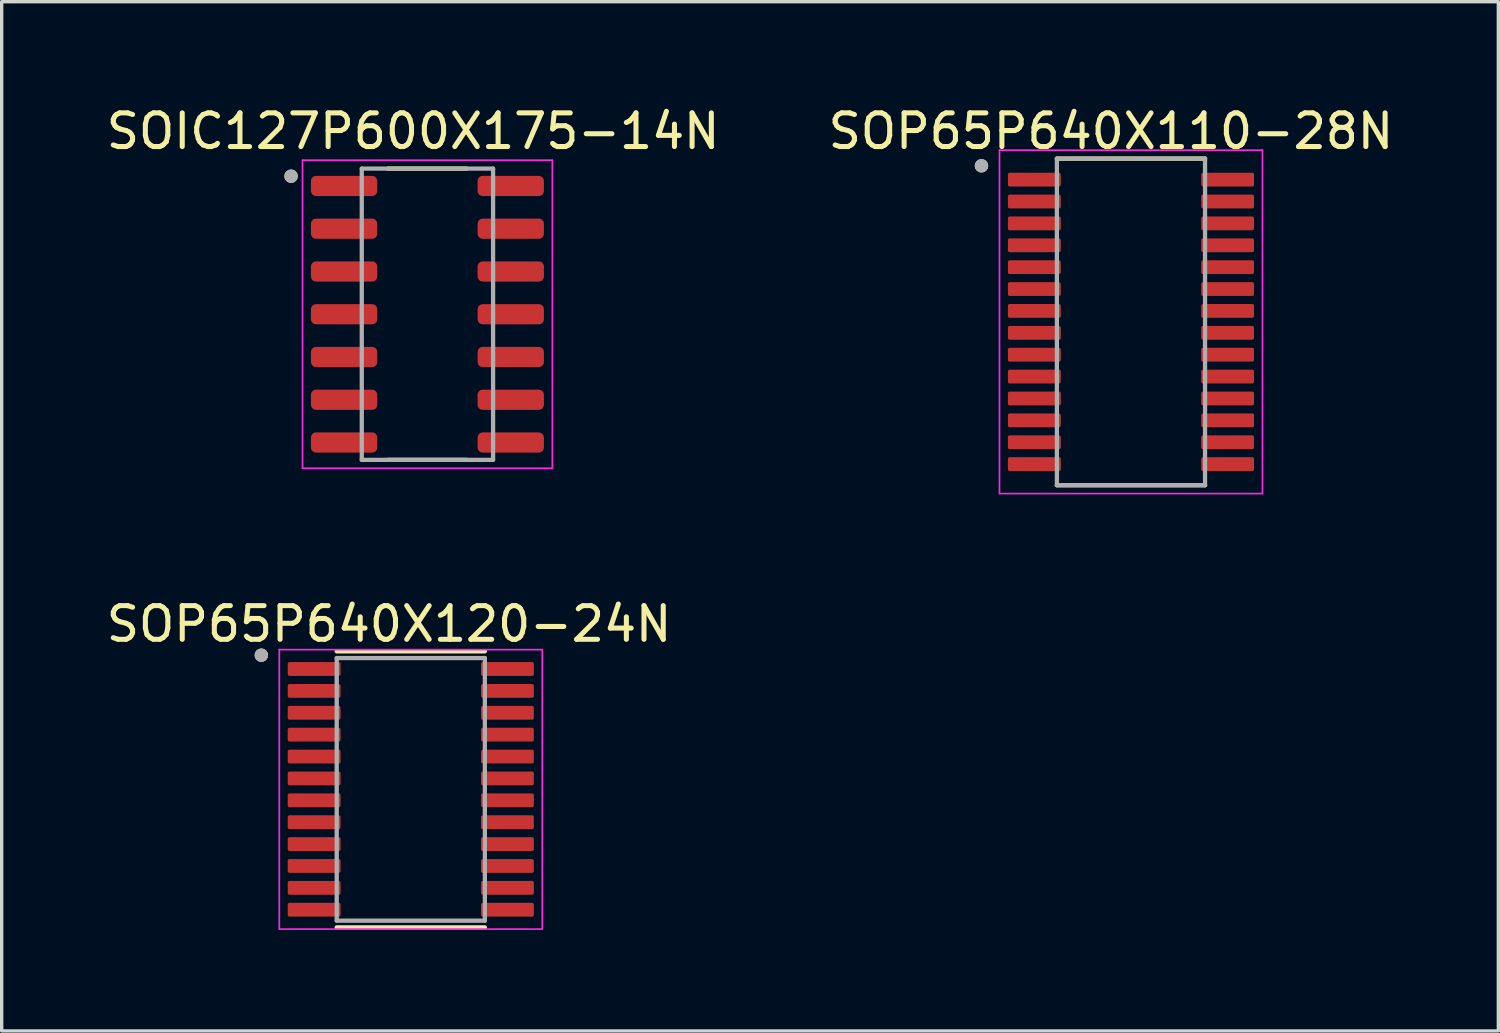
<source format=kicad_pcb>
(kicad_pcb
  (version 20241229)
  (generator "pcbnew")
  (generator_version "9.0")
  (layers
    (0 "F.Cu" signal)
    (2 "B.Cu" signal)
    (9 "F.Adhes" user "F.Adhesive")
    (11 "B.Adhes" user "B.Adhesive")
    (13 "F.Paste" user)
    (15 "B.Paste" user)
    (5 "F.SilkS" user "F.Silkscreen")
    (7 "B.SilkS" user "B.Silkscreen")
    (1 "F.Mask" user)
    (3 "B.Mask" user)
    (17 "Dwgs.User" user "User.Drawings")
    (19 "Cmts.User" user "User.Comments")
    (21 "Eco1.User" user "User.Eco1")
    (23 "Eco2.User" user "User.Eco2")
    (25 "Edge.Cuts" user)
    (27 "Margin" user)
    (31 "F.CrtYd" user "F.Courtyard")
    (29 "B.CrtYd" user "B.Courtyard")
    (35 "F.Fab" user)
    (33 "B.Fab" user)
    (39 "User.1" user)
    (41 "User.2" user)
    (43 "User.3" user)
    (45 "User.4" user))
  (footprint "SOP65P640X120-24N"
    (layer "F.Cu")
    (at 9.151 20.395)
    (property "Reference" "SOP65P640X120-24N" (at -0.645 -4.912 0) (layer "F.SilkS") (effects (font (size 1 1) (thickness 0.15))))
    (attr smd)
    (fp_line (start -2.2 -4.1) (end 2.2 -4.1) (stroke (width 0.127) (type solid)) (layer "F.SilkS"))
    (fp_line (start -2.2 4.1) (end 2.2 4.1) (stroke (width 0.127) (type solid)) (layer "F.SilkS"))
    (fp_circle (center -4.44 -3.985) (end -4.34 -3.985) (stroke (width 0.2) (type solid)) (fill no) (layer "F.SilkS"))
    (fp_line (start -3.905 -4.15) (end -3.905 4.15) (stroke (width 0.05) (type solid)) (layer "F.CrtYd"))
    (fp_line (start -3.905 -4.15) (end 3.905 -4.15) (stroke (width 0.05) (type solid)) (layer "F.CrtYd"))
    (fp_line (start -3.905 4.15) (end 3.905 4.15) (stroke (width 0.05) (type solid)) (layer "F.CrtYd"))
    (fp_line (start 3.905 -4.15) (end 3.905 4.15) (stroke (width 0.05) (type solid)) (layer "F.CrtYd"))
    (fp_line (start -2.2 -3.9) (end -2.2 3.9) (stroke (width 0.127) (type solid)) (layer "F.Fab"))
    (fp_line (start -2.2 -3.9) (end 2.2 -3.9) (stroke (width 0.127) (type solid)) (layer "F.Fab"))
    (fp_line (start -2.2 3.9) (end 2.2 3.9) (stroke (width 0.127) (type solid)) (layer "F.Fab"))
    (fp_line (start 2.2 -3.9) (end 2.2 3.9) (stroke (width 0.127) (type solid)) (layer "F.Fab"))
    (fp_circle (center -4.44 -3.985) (end -4.34 -3.985) (stroke (width 0.2) (type solid)) (fill no) (layer "F.Fab"))
    (pad "1" smd roundrect (at -2.87 -3.575) (size 1.57 0.41) (layers "F.Cu" "F.Mask" "F.Paste") (roundrect_rratio 0.125))
    (pad "2" smd roundrect (at -2.87 -2.925) (size 1.57 0.41) (layers "F.Cu" "F.Mask" "F.Paste") (roundrect_rratio 0.125))
    (pad "3" smd roundrect (at -2.87 -2.275) (size 1.57 0.41) (layers "F.Cu" "F.Mask" "F.Paste") (roundrect_rratio 0.125))
    (pad "4" smd roundrect (at -2.87 -1.625) (size 1.57 0.41) (layers "F.Cu" "F.Mask" "F.Paste") (roundrect_rratio 0.125))
    (pad "5" smd roundrect (at -2.87 -0.975) (size 1.57 0.41) (layers "F.Cu" "F.Mask" "F.Paste") (roundrect_rratio 0.125))
    (pad "6" smd roundrect (at -2.87 -0.325) (size 1.57 0.41) (layers "F.Cu" "F.Mask" "F.Paste") (roundrect_rratio 0.125))
    (pad "7" smd roundrect (at -2.87 0.325) (size 1.57 0.41) (layers "F.Cu" "F.Mask" "F.Paste") (roundrect_rratio 0.125))
    (pad "8" smd roundrect (at -2.87 0.975) (size 1.57 0.41) (layers "F.Cu" "F.Mask" "F.Paste") (roundrect_rratio 0.125))
    (pad "9" smd roundrect (at -2.87 1.625) (size 1.57 0.41) (layers "F.Cu" "F.Mask" "F.Paste") (roundrect_rratio 0.125))
    (pad "10" smd roundrect (at -2.87 2.275) (size 1.57 0.41) (layers "F.Cu" "F.Mask" "F.Paste") (roundrect_rratio 0.125))
    (pad "11" smd roundrect (at -2.87 2.925) (size 1.57 0.41) (layers "F.Cu" "F.Mask" "F.Paste") (roundrect_rratio 0.125))
    (pad "12" smd roundrect (at -2.87 3.575) (size 1.57 0.41) (layers "F.Cu" "F.Mask" "F.Paste") (roundrect_rratio 0.125))
    (pad "13" smd roundrect (at 2.87 3.575) (size 1.57 0.41) (layers "F.Cu" "F.Mask" "F.Paste") (roundrect_rratio 0.125))
    (pad "14" smd roundrect (at 2.87 2.925) (size 1.57 0.41) (layers "F.Cu" "F.Mask" "F.Paste") (roundrect_rratio 0.125))
    (pad "15" smd roundrect (at 2.87 2.275) (size 1.57 0.41) (layers "F.Cu" "F.Mask" "F.Paste") (roundrect_rratio 0.125))
    (pad "16" smd roundrect (at 2.87 1.625) (size 1.57 0.41) (layers "F.Cu" "F.Mask" "F.Paste") (roundrect_rratio 0.125))
    (pad "17" smd roundrect (at 2.87 0.975) (size 1.57 0.41) (layers "F.Cu" "F.Mask" "F.Paste") (roundrect_rratio 0.125))
    (pad "18" smd roundrect (at 2.87 0.325) (size 1.57 0.41) (layers "F.Cu" "F.Mask" "F.Paste") (roundrect_rratio 0.125))
    (pad "19" smd roundrect (at 2.87 -0.325) (size 1.57 0.41) (layers "F.Cu" "F.Mask" "F.Paste") (roundrect_rratio 0.125))
    (pad "20" smd roundrect (at 2.87 -0.975) (size 1.57 0.41) (layers "F.Cu" "F.Mask" "F.Paste") (roundrect_rratio 0.125))
    (pad "21" smd roundrect (at 2.87 -1.625) (size 1.57 0.41) (layers "F.Cu" "F.Mask" "F.Paste") (roundrect_rratio 0.125))
    (pad "22" smd roundrect (at 2.87 -2.275) (size 1.57 0.41) (layers "F.Cu" "F.Mask" "F.Paste") (roundrect_rratio 0.125))
    (pad "23" smd roundrect (at 2.87 -2.925) (size 1.57 0.41) (layers "F.Cu" "F.Mask" "F.Paste") (roundrect_rratio 0.125))
    (pad "24" smd roundrect (at 2.87 -3.575) (size 1.57 0.41) (layers "F.Cu" "F.Mask" "F.Paste") (roundrect_rratio 0.125)))
  (footprint "SOP65P640X110-28N"
    (layer "F.Cu")
    (at 30.541 6.51)
    (property "Reference" "SOP65P640X110-28N" (at -0.595 -5.662 0) (layer "F.SilkS") (effects (font (size 1 1) (thickness 0.15))))
    (attr smd)
    (fp_line (start -2.2 -4.85) (end 2.2 -4.85) (stroke (width 0.127) (type solid)) (layer "F.SilkS"))
    (fp_line (start -2.2 4.85) (end 2.2 4.85) (stroke (width 0.127) (type solid)) (layer "F.SilkS"))
    (fp_circle (center -4.44 -4.635) (end -4.34 -4.635) (stroke (width 0.2) (type solid)) (fill no) (layer "F.SilkS"))
    (fp_line (start -3.905 -5.1) (end -3.905 5.1) (stroke (width 0.05) (type solid)) (layer "F.CrtYd"))
    (fp_line (start -3.905 -5.1) (end 3.905 -5.1) (stroke (width 0.05) (type solid)) (layer "F.CrtYd"))
    (fp_line (start -3.905 5.1) (end 3.905 5.1) (stroke (width 0.05) (type solid)) (layer "F.CrtYd"))
    (fp_line (start 3.905 -5.1) (end 3.905 5.1) (stroke (width 0.05) (type solid)) (layer "F.CrtYd"))
    (fp_line (start -2.2 -4.85) (end -2.2 4.85) (stroke (width 0.127) (type solid)) (layer "F.Fab"))
    (fp_line (start -2.2 -4.85) (end 2.2 -4.85) (stroke (width 0.127) (type solid)) (layer "F.Fab"))
    (fp_line (start -2.2 4.85) (end 2.2 4.85) (stroke (width 0.127) (type solid)) (layer "F.Fab"))
    (fp_line (start 2.2 -4.85) (end 2.2 4.85) (stroke (width 0.127) (type solid)) (layer "F.Fab"))
    (fp_circle (center -4.44 -4.635) (end -4.34 -4.635) (stroke (width 0.2) (type solid)) (fill no) (layer "F.Fab"))
    (pad "1" smd roundrect (at -2.87 -4.225) (size 1.57 0.41) (layers "F.Cu" "F.Mask" "F.Paste") (roundrect_rratio 0.125))
    (pad "2" smd roundrect (at -2.87 -3.575) (size 1.57 0.41) (layers "F.Cu" "F.Mask" "F.Paste") (roundrect_rratio 0.125))
    (pad "3" smd roundrect (at -2.87 -2.925) (size 1.57 0.41) (layers "F.Cu" "F.Mask" "F.Paste") (roundrect_rratio 0.125))
    (pad "4" smd roundrect (at -2.87 -2.275) (size 1.57 0.41) (layers "F.Cu" "F.Mask" "F.Paste") (roundrect_rratio 0.125))
    (pad "5" smd roundrect (at -2.87 -1.625) (size 1.57 0.41) (layers "F.Cu" "F.Mask" "F.Paste") (roundrect_rratio 0.125))
    (pad "6" smd roundrect (at -2.87 -0.975) (size 1.57 0.41) (layers "F.Cu" "F.Mask" "F.Paste") (roundrect_rratio 0.125))
    (pad "7" smd roundrect (at -2.87 -0.325) (size 1.57 0.41) (layers "F.Cu" "F.Mask" "F.Paste") (roundrect_rratio 0.125))
    (pad "8" smd roundrect (at -2.87 0.325) (size 1.57 0.41) (layers "F.Cu" "F.Mask" "F.Paste") (roundrect_rratio 0.125))
    (pad "9" smd roundrect (at -2.87 0.975) (size 1.57 0.41) (layers "F.Cu" "F.Mask" "F.Paste") (roundrect_rratio 0.125))
    (pad "10" smd roundrect (at -2.87 1.625) (size 1.57 0.41) (layers "F.Cu" "F.Mask" "F.Paste") (roundrect_rratio 0.125))
    (pad "11" smd roundrect (at -2.87 2.275) (size 1.57 0.41) (layers "F.Cu" "F.Mask" "F.Paste") (roundrect_rratio 0.125))
    (pad "12" smd roundrect (at -2.87 2.925) (size 1.57 0.41) (layers "F.Cu" "F.Mask" "F.Paste") (roundrect_rratio 0.125))
    (pad "13" smd roundrect (at -2.87 3.575) (size 1.57 0.41) (layers "F.Cu" "F.Mask" "F.Paste") (roundrect_rratio 0.125))
    (pad "14" smd roundrect (at -2.87 4.225) (size 1.57 0.41) (layers "F.Cu" "F.Mask" "F.Paste") (roundrect_rratio 0.125))
    (pad "15" smd roundrect (at 2.87 4.225) (size 1.57 0.41) (layers "F.Cu" "F.Mask" "F.Paste") (roundrect_rratio 0.125))
    (pad "16" smd roundrect (at 2.87 3.575) (size 1.57 0.41) (layers "F.Cu" "F.Mask" "F.Paste") (roundrect_rratio 0.125))
    (pad "17" smd roundrect (at 2.87 2.925) (size 1.57 0.41) (layers "F.Cu" "F.Mask" "F.Paste") (roundrect_rratio 0.125))
    (pad "18" smd roundrect (at 2.87 2.275) (size 1.57 0.41) (layers "F.Cu" "F.Mask" "F.Paste") (roundrect_rratio 0.125))
    (pad "19" smd roundrect (at 2.87 1.625) (size 1.57 0.41) (layers "F.Cu" "F.Mask" "F.Paste") (roundrect_rratio 0.125))
    (pad "20" smd roundrect (at 2.87 0.975) (size 1.57 0.41) (layers "F.Cu" "F.Mask" "F.Paste") (roundrect_rratio 0.125))
    (pad "21" smd roundrect (at 2.87 0.325) (size 1.57 0.41) (layers "F.Cu" "F.Mask" "F.Paste") (roundrect_rratio 0.125))
    (pad "22" smd roundrect (at 2.87 -0.325) (size 1.57 0.41) (layers "F.Cu" "F.Mask" "F.Paste") (roundrect_rratio 0.125))
    (pad "23" smd roundrect (at 2.87 -0.975) (size 1.57 0.41) (layers "F.Cu" "F.Mask" "F.Paste") (roundrect_rratio 0.125))
    (pad "24" smd roundrect (at 2.87 -1.625) (size 1.57 0.41) (layers "F.Cu" "F.Mask" "F.Paste") (roundrect_rratio 0.125))
    (pad "25" smd roundrect (at 2.87 -2.275) (size 1.57 0.41) (layers "F.Cu" "F.Mask" "F.Paste") (roundrect_rratio 0.125))
    (pad "26" smd roundrect (at 2.87 -2.925) (size 1.57 0.41) (layers "F.Cu" "F.Mask" "F.Paste") (roundrect_rratio 0.125))
    (pad "27" smd roundrect (at 2.87 -3.575) (size 1.57 0.41) (layers "F.Cu" "F.Mask" "F.Paste") (roundrect_rratio 0.125))
    (pad "28" smd roundrect (at 2.87 -4.225) (size 1.57 0.41) (layers "F.Cu" "F.Mask" "F.Paste") (roundrect_rratio 0.125)))
  (footprint "SOIC127P600X175-14N"
    (layer "F.Cu")
    (at 9.645 6.283)
    (property "Reference" "SOIC127P600X175-14N" (at -0.425 -5.435 0) (layer "F.SilkS") (effects (font (size 1 1) (thickness 0.15))))
    (attr smd)
    (fp_line (start -1.17 -4.325) (end 1.17 -4.325) (stroke (width 0.127) (type solid)) (layer "F.SilkS"))
    (fp_line (start -1.17 4.325) (end 1.17 4.325) (stroke (width 0.127) (type solid)) (layer "F.SilkS"))
    (fp_circle (center -4.05 -4.1) (end -3.95 -4.1) (stroke (width 0.2) (type solid)) (fill no) (layer "F.SilkS"))
    (fp_line (start -3.71 -4.575) (end 3.71 -4.575) (stroke (width 0.05) (type solid)) (layer "F.CrtYd"))
    (fp_line (start -3.71 4.575) (end -3.71 -4.575) (stroke (width 0.05) (type solid)) (layer "F.CrtYd"))
    (fp_line (start 3.71 -4.575) (end 3.71 4.575) (stroke (width 0.05) (type solid)) (layer "F.CrtYd"))
    (fp_line (start 3.71 4.575) (end -3.71 4.575) (stroke (width 0.05) (type solid)) (layer "F.CrtYd"))
    (fp_line (start -1.95 -4.325) (end 1.95 -4.325) (stroke (width 0.127) (type solid)) (layer "F.Fab"))
    (fp_line (start -1.95 4.325) (end -1.95 -4.325) (stroke (width 0.127) (type solid)) (layer "F.Fab"))
    (fp_line (start 1.95 -4.325) (end 1.95 4.325) (stroke (width 0.127) (type solid)) (layer "F.Fab"))
    (fp_line (start 1.95 4.325) (end -1.95 4.325) (stroke (width 0.127) (type solid)) (layer "F.Fab"))
    (fp_circle (center -4.05 -4.1) (end -3.95 -4.1) (stroke (width 0.2) (type solid)) (fill no) (layer "F.Fab"))
    (pad "1" smd roundrect (at -2.475 -3.81) (size 1.97 0.6) (layers "F.Cu" "F.Mask" "F.Paste") (roundrect_rratio 0.25))
    (pad "2" smd roundrect (at -2.475 -2.54) (size 1.97 0.6) (layers "F.Cu" "F.Mask" "F.Paste") (roundrect_rratio 0.25))
    (pad "3" smd roundrect (at -2.475 -1.27) (size 1.97 0.6) (layers "F.Cu" "F.Mask" "F.Paste") (roundrect_rratio 0.25))
    (pad "4" smd roundrect (at -2.475 0) (size 1.97 0.6) (layers "F.Cu" "F.Mask" "F.Paste") (roundrect_rratio 0.25))
    (pad "5" smd roundrect (at -2.475 1.27) (size 1.97 0.6) (layers "F.Cu" "F.Mask" "F.Paste") (roundrect_rratio 0.25))
    (pad "6" smd roundrect (at -2.475 2.54) (size 1.97 0.6) (layers "F.Cu" "F.Mask" "F.Paste") (roundrect_rratio 0.25))
    (pad "7" smd roundrect (at -2.475 3.81) (size 1.97 0.6) (layers "F.Cu" "F.Mask" "F.Paste") (roundrect_rratio 0.25))
    (pad "8" smd roundrect (at 2.475 3.81) (size 1.97 0.6) (layers "F.Cu" "F.Mask" "F.Paste") (roundrect_rratio 0.25))
    (pad "9" smd roundrect (at 2.475 2.54) (size 1.97 0.6) (layers "F.Cu" "F.Mask" "F.Paste") (roundrect_rratio 0.25))
    (pad "10" smd roundrect (at 2.475 1.27) (size 1.97 0.6) (layers "F.Cu" "F.Mask" "F.Paste") (roundrect_rratio 0.25))
    (pad "11" smd roundrect (at 2.475 0) (size 1.97 0.6) (layers "F.Cu" "F.Mask" "F.Paste") (roundrect_rratio 0.25))
    (pad "12" smd roundrect (at 2.475 -1.27) (size 1.97 0.6) (layers "F.Cu" "F.Mask" "F.Paste") (roundrect_rratio 0.25))
    (pad "13" smd roundrect (at 2.475 -2.54) (size 1.97 0.6) (layers "F.Cu" "F.Mask" "F.Paste") (roundrect_rratio 0.25))
    (pad "14" smd roundrect (at 2.475 -3.81) (size 1.97 0.6) (layers "F.Cu" "F.Mask" "F.Paste") (roundrect_rratio 0.25)))
  (gr_rect
    (start -3 -3)
    (end 41.452 27.57)
    (stroke (width 0.1) (type default))
    (fill no)
    (layer "Edge.Cuts")))
</source>
